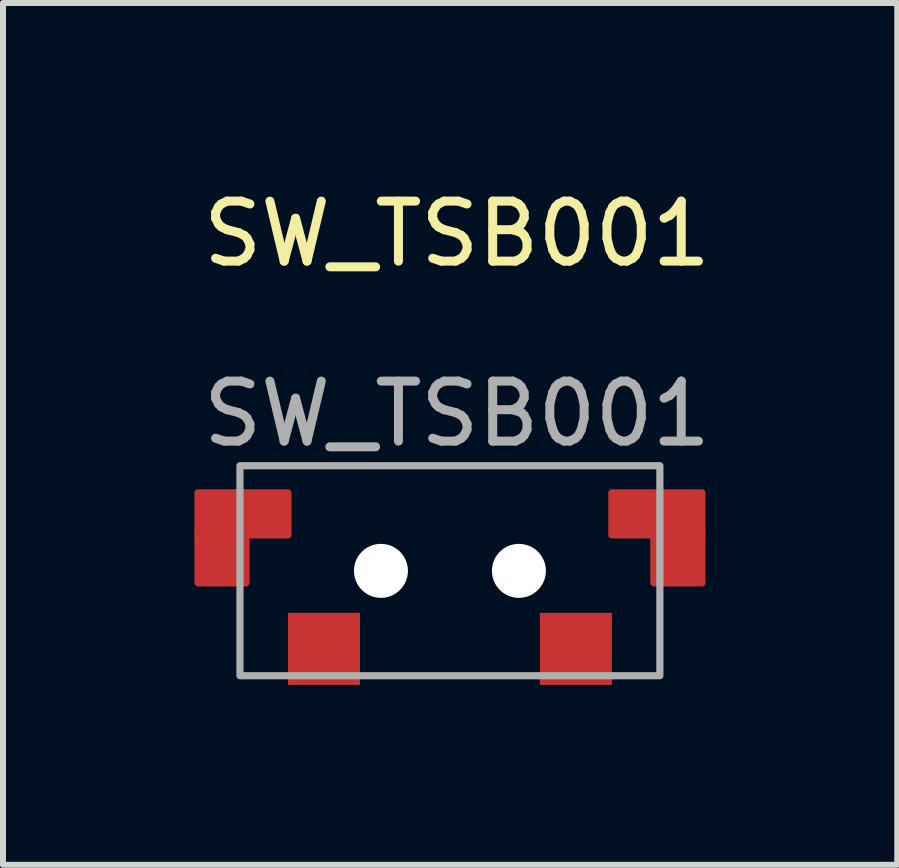
<source format=kicad_pcb>
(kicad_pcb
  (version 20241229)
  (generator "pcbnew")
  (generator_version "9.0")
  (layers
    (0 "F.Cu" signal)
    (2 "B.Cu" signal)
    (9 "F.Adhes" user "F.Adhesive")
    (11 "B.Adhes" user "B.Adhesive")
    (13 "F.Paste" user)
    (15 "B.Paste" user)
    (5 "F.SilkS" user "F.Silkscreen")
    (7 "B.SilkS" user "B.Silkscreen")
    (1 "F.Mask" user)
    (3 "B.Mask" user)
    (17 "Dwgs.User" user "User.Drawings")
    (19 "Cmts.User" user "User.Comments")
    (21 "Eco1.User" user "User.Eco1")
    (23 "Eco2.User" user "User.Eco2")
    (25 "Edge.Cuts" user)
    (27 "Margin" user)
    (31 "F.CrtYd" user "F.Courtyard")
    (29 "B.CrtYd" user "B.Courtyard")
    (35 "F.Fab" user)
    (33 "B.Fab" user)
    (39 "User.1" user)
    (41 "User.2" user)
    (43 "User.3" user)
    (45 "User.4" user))
  (footprint "SW_TSB001"
    (layer "F.Cu")
    (at 0.25 5.166)
    (property "Reference" "SW_TSB001" (at 4.318 -4.318 0) (unlocked yes) (layer "F.SilkS") (effects (font (size 1 1) (thickness 0.15))))
    (attr smd)
    (fp_rect (start 0 0) (end 1.5 0.7) (stroke (width 0.12) (type solid)) (fill yes) (layer "F.Cu"))
    (fp_rect (start 0 0.7) (end 0.8 1.5) (stroke (width 0.12) (type solid)) (fill yes) (layer "F.Cu"))
    (fp_rect (start 6.9 0) (end 8.4 0.7) (stroke (width 0.12) (type solid)) (fill yes) (layer "F.Cu"))
    (fp_rect (start 7.6 0.7) (end 8.4 1.5) (stroke (width 0.12) (type solid)) (fill yes) (layer "F.Cu"))
    (fp_rect (start 0 0) (end 1.5 0.7) (stroke (width 0.12) (type solid)) (fill yes) (layer "F.Mask"))
    (fp_rect (start 0 0.7) (end 0.8 1.5) (stroke (width 0.12) (type solid)) (fill yes) (layer "F.Mask"))
    (fp_rect (start 6.9 0) (end 8.4 0.7) (stroke (width 0.12) (type solid)) (fill yes) (layer "F.Mask"))
    (fp_rect (start 7.6 0.7) (end 8.4 1.5) (stroke (width 0.12) (type solid)) (fill yes) (layer "F.Mask"))
    (fp_rect (start 0.7 -0.452) (end 7.7 3.048) (stroke (width 0.12) (type solid)) (fill no) (layer "F.Fab"))
    (fp_text user "${REFERENCE}" (at 4.318 -1.318 0) (unlocked yes) (layer "F.Fab") (effects (font (size 1 1) (thickness 0.15))))
    (pad "" np_thru_hole circle (at 3.05 1.3) (size 0.9 0.9) (drill 0.9) (layers "*.Cu" "*.Mask"))
    (pad "" np_thru_hole circle (at 5.35 1.3) (size 0.9 0.9) (drill 0.9) (layers "*.Cu" "*.Mask"))
    (pad "1" smd rect (at 6.3 2.6) (size 1.2 1.2) (layers "F.Cu" "F.Mask" "F.Paste"))
    (pad "2" smd rect (at 2.1 2.6) (size 1.2 1.2) (layers "F.Cu" "F.Mask" "F.Paste")))
  (gr_rect
    (start -3 -3)
    (end 11.907 11.366)
    (stroke (width 0.1) (type default))
    (fill no)
    (layer "Edge.Cuts")))
</source>
